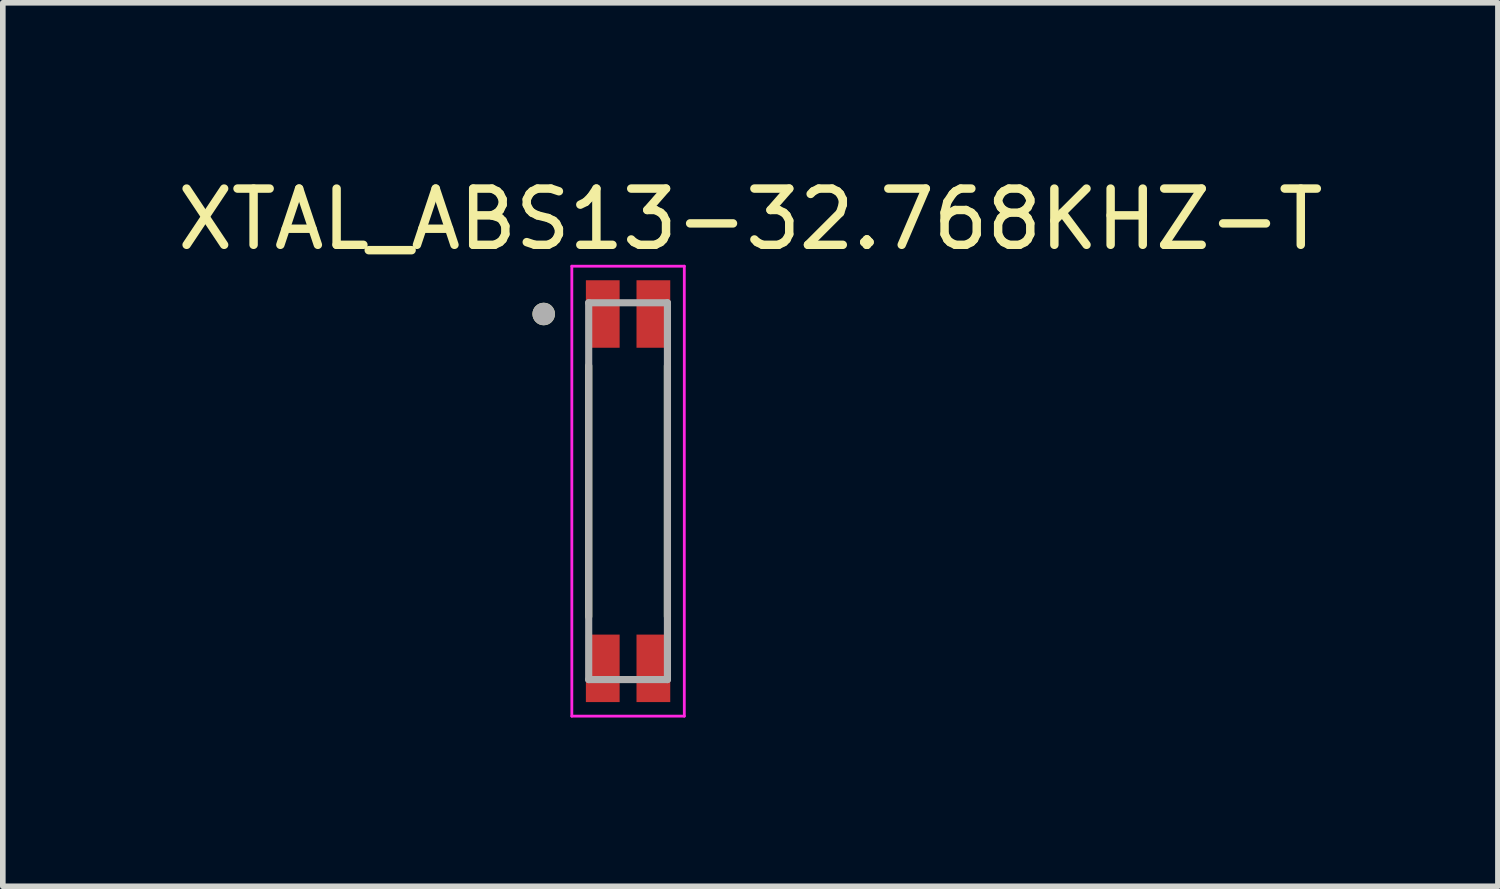
<source format=kicad_pcb>
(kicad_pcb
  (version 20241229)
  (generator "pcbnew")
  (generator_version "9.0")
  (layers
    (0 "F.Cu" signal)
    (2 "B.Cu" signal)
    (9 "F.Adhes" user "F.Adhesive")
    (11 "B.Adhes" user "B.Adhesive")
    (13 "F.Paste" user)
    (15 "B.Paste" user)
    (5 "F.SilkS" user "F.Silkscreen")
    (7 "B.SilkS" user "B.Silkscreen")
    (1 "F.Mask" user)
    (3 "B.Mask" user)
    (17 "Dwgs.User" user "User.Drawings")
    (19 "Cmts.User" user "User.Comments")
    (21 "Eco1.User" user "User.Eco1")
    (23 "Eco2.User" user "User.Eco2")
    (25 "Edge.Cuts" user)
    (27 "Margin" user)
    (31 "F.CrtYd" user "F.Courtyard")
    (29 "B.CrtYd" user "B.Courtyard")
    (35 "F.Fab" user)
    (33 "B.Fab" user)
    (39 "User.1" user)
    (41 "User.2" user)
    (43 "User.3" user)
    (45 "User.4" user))
  (footprint "XTAL_ABS13-32.768KHZ-T"
    (layer "F.Cu")
    (at 8.117 5.683)
    (property "Reference" "XTAL_ABS13-32.768KHZ-T" (at 2.175 -4.835 0) (layer "F.SilkS") (effects (font (size 1 1) (thickness 0.15))))
    (attr through_hole)
    (fp_line (start -0.7 -2.23) (end -0.7 2.23) (stroke (width 0.127) (type solid)) (layer "F.SilkS"))
    (fp_line (start 0.7 -2.23) (end 0.7 2.23) (stroke (width 0.127) (type solid)) (layer "F.SilkS"))
    (fp_circle (center -1.5 -3.15) (end -1.4 -3.15) (stroke (width 0.2) (type solid)) (fill no) (layer "F.SilkS"))
    (fp_line (start -1 -4) (end -1 4) (stroke (width 0.05) (type solid)) (layer "F.CrtYd"))
    (fp_line (start -1 -4) (end 1 -4) (stroke (width 0.05) (type solid)) (layer "F.CrtYd"))
    (fp_line (start 1 -4) (end 1 4) (stroke (width 0.05) (type solid)) (layer "F.CrtYd"))
    (fp_line (start 1 4) (end -1 4) (stroke (width 0.05) (type solid)) (layer "F.CrtYd"))
    (fp_line (start -0.7 -3.35) (end -0.7 3.35) (stroke (width 0.127) (type solid)) (layer "F.Fab"))
    (fp_line (start -0.7 -3.35) (end 0.7 -3.35) (stroke (width 0.127) (type solid)) (layer "F.Fab"))
    (fp_line (start 0.7 -3.35) (end 0.7 3.35) (stroke (width 0.127) (type solid)) (layer "F.Fab"))
    (fp_line (start 0.7 3.35) (end -0.7 3.35) (stroke (width 0.127) (type solid)) (layer "F.Fab"))
    (fp_circle (center -1.5 -3.15) (end -1.4 -3.15) (stroke (width 0.2) (type solid)) (fill no) (layer "F.Fab"))
    (pad "1" smd rect (at -0.45 -3.15) (size 0.6 1.2) (layers "F.Cu" "F.Mask" "F.Paste"))
    (pad "2" smd rect (at -0.45 3.15) (size 0.6 1.2) (layers "F.Cu" "F.Mask" "F.Paste"))
    (pad "3" smd rect (at 0.45 3.15) (size 0.6 1.2) (layers "F.Cu" "F.Mask" "F.Paste"))
    (pad "4" smd rect (at 0.45 -3.15) (size 0.6 1.2) (layers "F.Cu" "F.Mask" "F.Paste")))
  (gr_rect
    (start -3 -3)
    (end 23.583 12.708)
    (stroke (width 0.1) (type default))
    (fill no)
    (layer "Edge.Cuts")))
</source>
